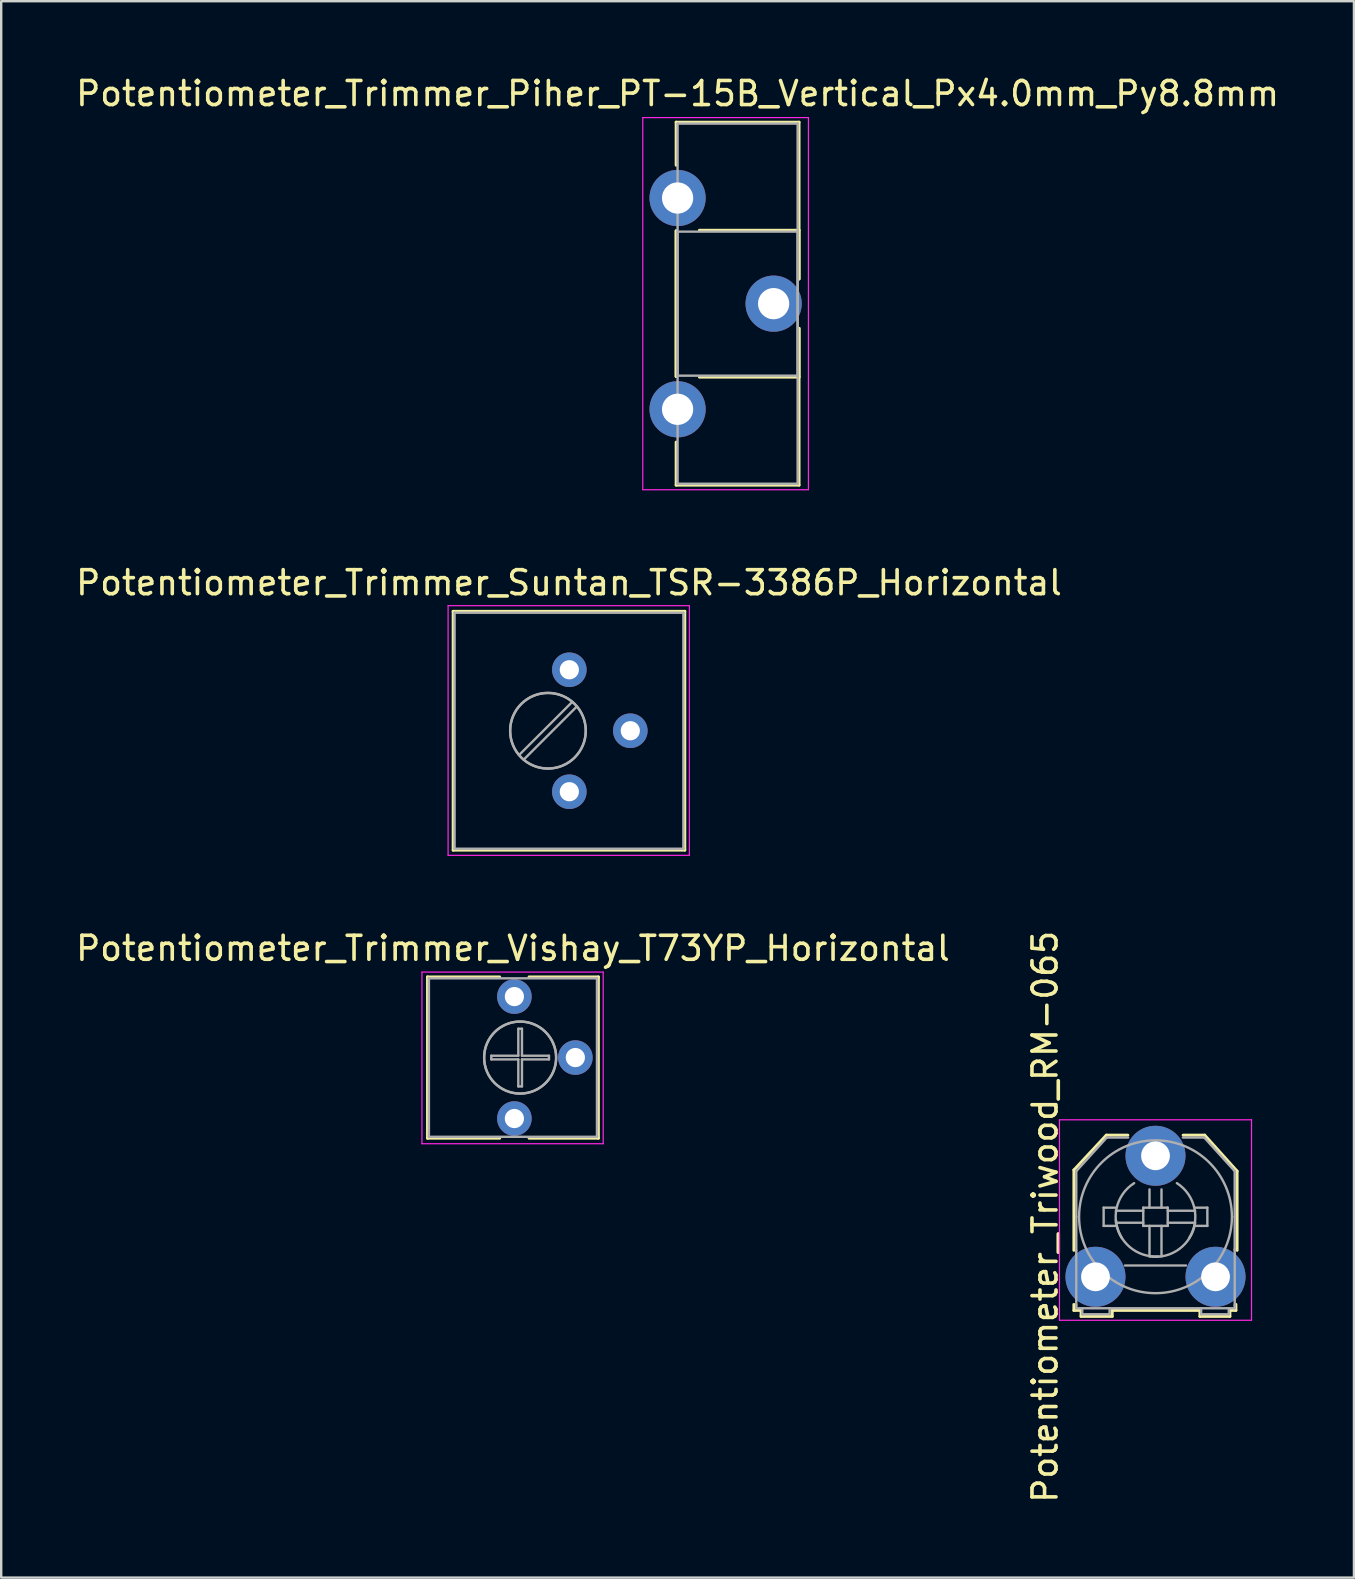
<source format=kicad_pcb>
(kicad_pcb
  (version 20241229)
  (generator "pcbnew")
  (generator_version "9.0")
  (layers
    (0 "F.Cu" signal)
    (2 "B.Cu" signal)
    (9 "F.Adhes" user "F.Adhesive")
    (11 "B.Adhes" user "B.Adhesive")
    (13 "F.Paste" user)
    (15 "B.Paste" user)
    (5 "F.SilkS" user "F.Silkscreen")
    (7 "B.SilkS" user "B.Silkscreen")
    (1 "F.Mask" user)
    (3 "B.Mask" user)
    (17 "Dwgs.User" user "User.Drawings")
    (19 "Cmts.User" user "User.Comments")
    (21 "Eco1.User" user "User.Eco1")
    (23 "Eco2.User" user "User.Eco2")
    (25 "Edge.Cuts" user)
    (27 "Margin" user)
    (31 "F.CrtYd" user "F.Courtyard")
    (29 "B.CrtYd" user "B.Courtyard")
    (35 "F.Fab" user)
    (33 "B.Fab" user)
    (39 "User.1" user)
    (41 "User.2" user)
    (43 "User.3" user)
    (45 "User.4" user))
  (footprint "Potentiometer_Trimmer_Piher_PT-15B_Vertical_Px4.0mm_Py8.8mm"
    (layer "F.Cu")
    (at 25.173 5.198)
    (property "Reference" "Potentiometer_Trimmer_Piher_PT-15B_Vertical_Px4.0mm_Py8.8mm" (at 0 -4.35 0) (layer "F.SilkS") (effects (font (size 1 1) (thickness 0.15))))
    (attr through_hole)
    (fp_line (start -0.061 -3.16) (end -0.061 -1.365) (stroke (width 0.12) (type solid)) (layer "F.SilkS"))
    (fp_line (start -0.061 -3.16) (end 5.06 -3.16) (stroke (width 0.12) (type solid)) (layer "F.SilkS"))
    (fp_line (start -0.061 1.365) (end -0.061 7.435) (stroke (width 0.12) (type solid)) (layer "F.SilkS"))
    (fp_line (start -0.061 1.365) (end -0.061 7.435) (stroke (width 0.12) (type solid)) (layer "F.SilkS"))
    (fp_line (start -0.061 10.165) (end -0.061 11.96) (stroke (width 0.12) (type solid)) (layer "F.SilkS"))
    (fp_line (start -0.061 11.96) (end 5.06 11.96) (stroke (width 0.12) (type solid)) (layer "F.SilkS"))
    (fp_line (start 0.908 1.341) (end 5.06 1.341) (stroke (width 0.12) (type solid)) (layer "F.SilkS"))
    (fp_line (start 0.908 7.461) (end 5.06 7.461) (stroke (width 0.12) (type solid)) (layer "F.SilkS"))
    (fp_line (start 5.06 -3.16) (end 5.06 3.373) (stroke (width 0.12) (type solid)) (layer "F.SilkS"))
    (fp_line (start 5.06 1.341) (end 5.06 3.373) (stroke (width 0.12) (type solid)) (layer "F.SilkS"))
    (fp_line (start 5.06 5.428) (end 5.06 7.461) (stroke (width 0.12) (type solid)) (layer "F.SilkS"))
    (fp_line (start 5.06 5.428) (end 5.06 11.96) (stroke (width 0.12) (type solid)) (layer "F.SilkS"))
    (fp_line (start -1.45 -3.35) (end -1.45 12.15) (stroke (width 0.05) (type solid)) (layer "F.CrtYd"))
    (fp_line (start -1.45 12.15) (end 5.45 12.15) (stroke (width 0.05) (type solid)) (layer "F.CrtYd"))
    (fp_line (start 5.45 -3.35) (end -1.45 -3.35) (stroke (width 0.05) (type solid)) (layer "F.CrtYd"))
    (fp_line (start 5.45 12.15) (end 5.45 -3.35) (stroke (width 0.05) (type solid)) (layer "F.CrtYd"))
    (fp_line (start 0 -3.1) (end 5 -3.1) (stroke (width 0.1) (type solid)) (layer "F.Fab"))
    (fp_line (start 0 1.4) (end 0 7.4) (stroke (width 0.1) (type solid)) (layer "F.Fab"))
    (fp_line (start 0 7.4) (end 5 7.4) (stroke (width 0.1) (type solid)) (layer "F.Fab"))
    (fp_line (start 0 11.9) (end 0 -3.1) (stroke (width 0.1) (type solid)) (layer "F.Fab"))
    (fp_line (start 5 -3.1) (end 5 11.9) (stroke (width 0.1) (type solid)) (layer "F.Fab"))
    (fp_line (start 5 1.4) (end 0 1.4) (stroke (width 0.1) (type solid)) (layer "F.Fab"))
    (fp_line (start 5 7.4) (end 5 1.4) (stroke (width 0.1) (type solid)) (layer "F.Fab"))
    (fp_line (start 5 11.9) (end 0 11.9) (stroke (width 0.1) (type solid)) (layer "F.Fab"))
    (pad "1" thru_hole circle (at 0 0) (size 2.34 2.34) (drill 1.3) (layers "*.Cu" "*.Mask"))
    (pad "2" thru_hole circle (at 4 4.4) (size 2.34 2.34) (drill 1.3) (layers "*.Cu" "*.Mask"))
    (pad "3" thru_hole circle (at 0 8.8) (size 2.34 2.34) (drill 1.3) (layers "*.Cu" "*.Mask")))
  (footprint "Potentiometer_Trimmer_Vishay_T73YP_Horizontal"
    (layer "F.Cu")
    (at 18.375 43.54)
    (property "Reference" "Potentiometer_Trimmer_Vishay_T73YP_Horizontal" (at -0.06 -7.09 0) (layer "F.SilkS") (effects (font (size 1 1) (thickness 0.15))))
    (attr through_hole)
    (fp_line (start -3.62 -5.9) (end -3.62 0.82) (stroke (width 0.12) (type solid)) (layer "F.SilkS"))
    (fp_line (start -3.62 -5.9) (end -0.611 -5.9) (stroke (width 0.12) (type solid)) (layer "F.SilkS"))
    (fp_line (start -3.62 0.82) (end -0.611 0.82) (stroke (width 0.12) (type solid)) (layer "F.SilkS"))
    (fp_line (start 0.611 -5.9) (end 3.5 -5.9) (stroke (width 0.12) (type solid)) (layer "F.SilkS"))
    (fp_line (start 0.611 0.82) (end 3.5 0.82) (stroke (width 0.12) (type solid)) (layer "F.SilkS"))
    (fp_line (start 3.5 -5.9) (end 3.5 0.82) (stroke (width 0.12) (type solid)) (layer "F.SilkS"))
    (fp_line (start -3.85 -6.1) (end -3.85 1.05) (stroke (width 0.05) (type solid)) (layer "F.CrtYd"))
    (fp_line (start -3.85 1.05) (end 3.7 1.05) (stroke (width 0.05) (type solid)) (layer "F.CrtYd"))
    (fp_line (start 3.7 -6.1) (end -3.85 -6.1) (stroke (width 0.05) (type solid)) (layer "F.CrtYd"))
    (fp_line (start 3.7 1.05) (end 3.7 -6.1) (stroke (width 0.05) (type solid)) (layer "F.CrtYd"))
    (fp_line (start -3.56 -5.84) (end -3.56 0.76) (stroke (width 0.1) (type solid)) (layer "F.Fab"))
    (fp_line (start -3.56 0.76) (end 3.44 0.76) (stroke (width 0.1) (type solid)) (layer "F.Fab"))
    (fp_line (start -0.961 -2.616) (end 0.164 -2.616) (stroke (width 0.1) (type solid)) (layer "F.Fab"))
    (fp_line (start -0.961 -2.464) (end -0.961 -2.616) (stroke (width 0.1) (type solid)) (layer "F.Fab"))
    (fp_line (start 0.164 -3.741) (end 0.316 -3.741) (stroke (width 0.1) (type solid)) (layer "F.Fab"))
    (fp_line (start 0.164 -2.616) (end 0.164 -3.741) (stroke (width 0.1) (type solid)) (layer "F.Fab"))
    (fp_line (start 0.164 -2.464) (end -0.961 -2.464) (stroke (width 0.1) (type solid)) (layer "F.Fab"))
    (fp_line (start 0.164 -1.339) (end 0.164 -2.464) (stroke (width 0.1) (type solid)) (layer "F.Fab"))
    (fp_line (start 0.316 -3.741) (end 0.316 -2.616) (stroke (width 0.1) (type solid)) (layer "F.Fab"))
    (fp_line (start 0.316 -2.616) (end 1.441 -2.616) (stroke (width 0.1) (type solid)) (layer "F.Fab"))
    (fp_line (start 0.316 -2.464) (end 0.316 -1.339) (stroke (width 0.1) (type solid)) (layer "F.Fab"))
    (fp_line (start 0.316 -1.339) (end 0.164 -1.339) (stroke (width 0.1) (type solid)) (layer "F.Fab"))
    (fp_line (start 1.441 -2.616) (end 1.441 -2.464) (stroke (width 0.1) (type solid)) (layer "F.Fab"))
    (fp_line (start 1.441 -2.464) (end 0.316 -2.464) (stroke (width 0.1) (type solid)) (layer "F.Fab"))
    (fp_line (start 3.44 -5.84) (end -3.56 -5.84) (stroke (width 0.1) (type solid)) (layer "F.Fab"))
    (fp_line (start 3.44 0.76) (end 3.44 -5.84) (stroke (width 0.1) (type solid)) (layer "F.Fab"))
    (fp_circle (center 0.24 -2.54) (end 1.74 -2.54) (stroke (width 0.1) (type solid)) (fill no) (layer "F.Fab"))
    (fp_circle (center 0.24 -2.54) (end 1.74 -2.54) (stroke (width 0.1) (type solid)) (fill no) (layer "F.Fab"))
    (pad "1" thru_hole circle (at 0 0) (size 1.44 1.44) (drill 0.8) (layers "*.Cu" "*.Mask"))
    (pad "2" thru_hole circle (at 2.54 -2.54) (size 1.44 1.44) (drill 0.8) (layers "*.Cu" "*.Mask"))
    (pad "3" thru_hole circle (at 0 -5.08) (size 1.44 1.44) (drill 0.8) (layers "*.Cu" "*.Mask")))
  (footprint "Potentiometer_Triwood_RM-065"
    (layer "F.Cu")
    (at 42.579 50.131)
    (property "Reference" "Potentiometer_Triwood_RM-065" (at -2.1 -2.5 90) (layer "F.SilkS") (effects (font (size 1 1) (thickness 0.15))))
    (attr through_hole)
    (fp_line (start -0.9 -4.45) (end 0.45 -5.9) (stroke (width 0.12) (type solid)) (layer "F.SilkS"))
    (fp_line (start -0.9 -1.1) (end -0.9 -4.45) (stroke (width 0.12) (type solid)) (layer "F.SilkS"))
    (fp_line (start -0.9 1.4) (end -0.9 1.15) (stroke (width 0.12) (type solid)) (layer "F.SilkS"))
    (fp_line (start -0.6 1.4) (end -0.9 1.4) (stroke (width 0.12) (type solid)) (layer "F.SilkS"))
    (fp_line (start -0.6 1.65) (end -0.6 1.4) (stroke (width 0.12) (type solid)) (layer "F.SilkS"))
    (fp_line (start 0.45 -5.9) (end 1.35 -5.9) (stroke (width 0.12) (type solid)) (layer "F.SilkS"))
    (fp_line (start 0.7 1.4) (end 0.7 1.65) (stroke (width 0.12) (type solid)) (layer "F.SilkS"))
    (fp_line (start 0.7 1.65) (end -0.6 1.65) (stroke (width 0.12) (type solid)) (layer "F.SilkS"))
    (fp_line (start 3.65 -5.9) (end 4.55 -5.9) (stroke (width 0.12) (type solid)) (layer "F.SilkS"))
    (fp_line (start 4.35 1.4) (end 0.7 1.4) (stroke (width 0.12) (type solid)) (layer "F.SilkS"))
    (fp_line (start 4.35 1.65) (end 4.35 1.4) (stroke (width 0.12) (type solid)) (layer "F.SilkS"))
    (fp_line (start 4.55 -5.9) (end 5.9 -4.4) (stroke (width 0.12) (type solid)) (layer "F.SilkS"))
    (fp_line (start 5.6 1.4) (end 5.6 1.65) (stroke (width 0.12) (type solid)) (layer "F.SilkS"))
    (fp_line (start 5.6 1.65) (end 4.35 1.65) (stroke (width 0.12) (type solid)) (layer "F.SilkS"))
    (fp_line (start 5.85 1.15) (end 5.85 1.4) (stroke (width 0.12) (type solid)) (layer "F.SilkS"))
    (fp_line (start 5.85 1.4) (end 5.6 1.4) (stroke (width 0.12) (type solid)) (layer "F.SilkS"))
    (fp_line (start 5.9 -4.4) (end 5.9 -1.1) (stroke (width 0.12) (type solid)) (layer "F.SilkS"))
    (fp_line (start -1.5 -6.54) (end -1.5 1.81) (stroke (width 0.05) (type solid)) (layer "F.CrtYd"))
    (fp_line (start -1.5 -6.54) (end 6.5 -6.54) (stroke (width 0.05) (type solid)) (layer "F.CrtYd"))
    (fp_line (start 6.5 1.81) (end -1.5 1.81) (stroke (width 0.05) (type solid)) (layer "F.CrtYd"))
    (fp_line (start 6.5 1.81) (end 6.5 -6.54) (stroke (width 0.05) (type solid)) (layer "F.CrtYd"))
    (fp_line (start -0.8 -4.4) (end -0.8 -2.5) (stroke (width 0.1) (type solid)) (layer "F.Fab"))
    (fp_line (start -0.8 -2.5) (end -0.8 -1.1) (stroke (width 0.1) (type solid)) (layer "F.Fab"))
    (fp_line (start -0.8 -1.1) (end -0.8 1.2) (stroke (width 0.1) (type solid)) (layer "F.Fab"))
    (fp_line (start -0.8 1.31) (end -0.8 1.18) (stroke (width 0.1) (type solid)) (layer "F.Fab"))
    (fp_line (start -0.8 1.31) (end 5.8 1.31) (stroke (width 0.1) (type solid)) (layer "F.Fab"))
    (fp_line (start -0.55 1.31) (end -0.55 1.56) (stroke (width 0.1) (type solid)) (layer "F.Fab"))
    (fp_line (start -0.55 1.56) (end 0.59 1.56) (stroke (width 0.1) (type solid)) (layer "F.Fab"))
    (fp_line (start 0.34 -2.88) (end 0.34 -2.12) (stroke (width 0.1) (type solid)) (layer "F.Fab"))
    (fp_line (start 0.34 -2.12) (end 0.85 -2.12) (stroke (width 0.1) (type solid)) (layer "F.Fab"))
    (fp_line (start 0.47 -5.8) (end -0.8 -4.4) (stroke (width 0.1) (type solid)) (layer "F.Fab"))
    (fp_line (start 0.59 1.56) (end 0.59 1.31) (stroke (width 0.1) (type solid)) (layer "F.Fab"))
    (fp_line (start 0.85 -2.88) (end 0.34 -2.88) (stroke (width 0.1) (type solid)) (layer "F.Fab"))
    (fp_line (start 1.23 -0.47) (end 3.77 -0.47) (stroke (width 0.1) (type solid)) (layer "F.Fab"))
    (fp_line (start 1.36 -5.8) (end 0.47 -5.8) (stroke (width 0.1) (type solid)) (layer "F.Fab"))
    (fp_line (start 1.99 -2.88) (end 1.99 -2.12) (stroke (width 0.1) (type solid)) (layer "F.Fab"))
    (fp_line (start 1.99 -2.75) (end 0.85 -2.75) (stroke (width 0.1) (type solid)) (layer "F.Fab"))
    (fp_line (start 1.99 -2.25) (end 0.85 -2.25) (stroke (width 0.1) (type solid)) (layer "F.Fab"))
    (fp_line (start 1.99 -2.12) (end 3.01 -2.12) (stroke (width 0.1) (type solid)) (layer "F.Fab"))
    (fp_line (start 2.25 -2.88) (end 2.25 -3.64) (stroke (width 0.1) (type solid)) (layer "F.Fab"))
    (fp_line (start 2.25 -2.12) (end 2.25 -0.85) (stroke (width 0.1) (type solid)) (layer "F.Fab"))
    (fp_line (start 2.75 -2.88) (end 2.75 -3.64) (stroke (width 0.1) (type solid)) (layer "F.Fab"))
    (fp_line (start 2.75 -2.12) (end 2.75 -0.85) (stroke (width 0.1) (type solid)) (layer "F.Fab"))
    (fp_line (start 3.01 -2.88) (end 1.99 -2.88) (stroke (width 0.1) (type solid)) (layer "F.Fab"))
    (fp_line (start 3.01 -2.75) (end 4.15 -2.75) (stroke (width 0.1) (type solid)) (layer "F.Fab"))
    (fp_line (start 3.01 -2.25) (end 4.15 -2.25) (stroke (width 0.1) (type solid)) (layer "F.Fab"))
    (fp_line (start 3.01 -2.12) (end 3.01 -2.88) (stroke (width 0.1) (type solid)) (layer "F.Fab"))
    (fp_line (start 4.15 -2.88) (end 4.66 -2.88) (stroke (width 0.1) (type solid)) (layer "F.Fab"))
    (fp_line (start 4.4 1.56) (end 4.4 1.31) (stroke (width 0.1) (type solid)) (layer "F.Fab"))
    (fp_line (start 4.53 -5.8) (end 3.64 -5.8) (stroke (width 0.1) (type solid)) (layer "F.Fab"))
    (fp_line (start 4.53 -5.8) (end 5.8 -4.4) (stroke (width 0.1) (type solid)) (layer "F.Fab"))
    (fp_line (start 4.66 -2.88) (end 4.66 -2.12) (stroke (width 0.1) (type solid)) (layer "F.Fab"))
    (fp_line (start 4.66 -2.12) (end 4.15 -2.12) (stroke (width 0.1) (type solid)) (layer "F.Fab"))
    (fp_line (start 5.55 1.31) (end 5.55 1.56) (stroke (width 0.1) (type solid)) (layer "F.Fab"))
    (fp_line (start 5.55 1.56) (end 4.4 1.56) (stroke (width 0.1) (type solid)) (layer "F.Fab"))
    (fp_line (start 5.8 -4.4) (end 5.8 -2.5) (stroke (width 0.1) (type solid)) (layer "F.Fab"))
    (fp_line (start 5.8 -2.5) (end 5.8 -1.1) (stroke (width 0.1) (type solid)) (layer "F.Fab"))
    (fp_line (start 5.8 1.2) (end 5.8 -1.15) (stroke (width 0.1) (type solid)) (layer "F.Fab"))
    (fp_line (start 5.8 1.31) (end 5.8 1.18) (stroke (width 0.1) (type solid)) (layer "F.Fab"))
    (fp_arc (start 1.1 -1.61) (mid 0.880725 -2.860624) (end 1.61 -3.9) (stroke (width 0.1) (type solid)) (layer "F.Fab"))
    (fp_arc (start 2.63 -0.85) (mid 1.425198 -1.24135) (end 0.85 -2.37) (stroke (width 0.1) (type solid)) (layer "F.Fab"))
    (fp_arc (start 3.39 -3.9) (mid 4.119275 -2.860624) (end 3.9 -1.61) (stroke (width 0.1) (type solid)) (layer "F.Fab"))
    (fp_arc (start 4.15 -2.25) (mid 3.489949 -1.156497) (end 2.25 -0.85) (stroke (width 0.1) (type solid)) (layer "F.Fab"))
    (fp_circle (center 2.5 -2.5) (end 4.7 -0.2) (stroke (width 0.1) (type solid)) (fill no) (layer "F.Fab"))
    (pad "1" thru_hole circle (at 0 0) (size 2.5 2.5) (drill 1.2) (layers "*.Cu" "*.Mask"))
    (pad "2" thru_hole circle (at 2.5 -5.04) (size 2.5 2.5) (drill 1.2) (layers "*.Cu" "*.Mask"))
    (pad "3" thru_hole circle (at 5 0) (size 2.5 2.5) (drill 1.2) (layers "*.Cu" "*.Mask")))
  (footprint "Potentiometer_Trimmer_Suntan_TSR-3386P_Horizontal"
    (layer "F.Cu")
    (at 20.664 29.927)
    (property "Reference" "Potentiometer_Trimmer_Suntan_TSR-3386P_Horizontal" (at -0.015 -8.705 0) (layer "F.SilkS") (effects (font (size 1 1) (thickness 0.15))))
    (attr through_hole)
    (fp_line (start -4.84 -7.515) (end -4.84 2.435) (stroke (width 0.12) (type solid)) (layer "F.SilkS"))
    (fp_line (start -4.84 -7.515) (end 4.81 -7.515) (stroke (width 0.12) (type solid)) (layer "F.SilkS"))
    (fp_line (start -4.84 2.435) (end 4.81 2.435) (stroke (width 0.12) (type solid)) (layer "F.SilkS"))
    (fp_line (start 4.81 -7.515) (end 4.81 2.435) (stroke (width 0.12) (type solid)) (layer "F.SilkS"))
    (fp_line (start -5.05 -7.75) (end -5.05 2.65) (stroke (width 0.05) (type solid)) (layer "F.CrtYd"))
    (fp_line (start -5.05 2.65) (end 5 2.65) (stroke (width 0.05) (type solid)) (layer "F.CrtYd"))
    (fp_line (start 5 -7.75) (end -5.05 -7.75) (stroke (width 0.05) (type solid)) (layer "F.CrtYd"))
    (fp_line (start 5 2.65) (end 5 -7.75) (stroke (width 0.05) (type solid)) (layer "F.CrtYd"))
    (fp_line (start -4.78 -7.455) (end -4.78 2.375) (stroke (width 0.1) (type solid)) (layer "F.Fab"))
    (fp_line (start -4.78 2.375) (end 4.75 2.375) (stroke (width 0.1) (type solid)) (layer "F.Fab"))
    (fp_line (start 0.113 -3.734) (end -2.085 -1.537) (stroke (width 0.1) (type solid)) (layer "F.Fab"))
    (fp_line (start 0.305 -3.542) (end -1.893 -1.345) (stroke (width 0.1) (type solid)) (layer "F.Fab"))
    (fp_line (start 4.75 -7.455) (end -4.78 -7.455) (stroke (width 0.1) (type solid)) (layer "F.Fab"))
    (fp_line (start 4.75 2.375) (end 4.75 -7.455) (stroke (width 0.1) (type solid)) (layer "F.Fab"))
    (fp_circle (center -0.891 -2.54) (end 0.684 -2.54) (stroke (width 0.1) (type solid)) (fill no) (layer "F.Fab"))
    (fp_circle (center -0.89 -2.54) (end 0.685 -2.54) (stroke (width 0.1) (type solid)) (fill no) (layer "F.Fab"))
    (pad "1" thru_hole circle (at 0 0) (size 1.44 1.44) (drill 0.8) (layers "*.Cu" "*.Mask"))
    (pad "2" thru_hole circle (at 2.54 -2.54) (size 1.44 1.44) (drill 0.8) (layers "*.Cu" "*.Mask"))
    (pad "3" thru_hole circle (at 0 -5.08) (size 1.44 1.44) (drill 0.8) (layers "*.Cu" "*.Mask")))
  (gr_rect
    (start -3 -3)
    (end 53.345 62.661)
    (stroke (width 0.1) (type default))
    (fill no)
    (layer "Edge.Cuts")))
</source>
